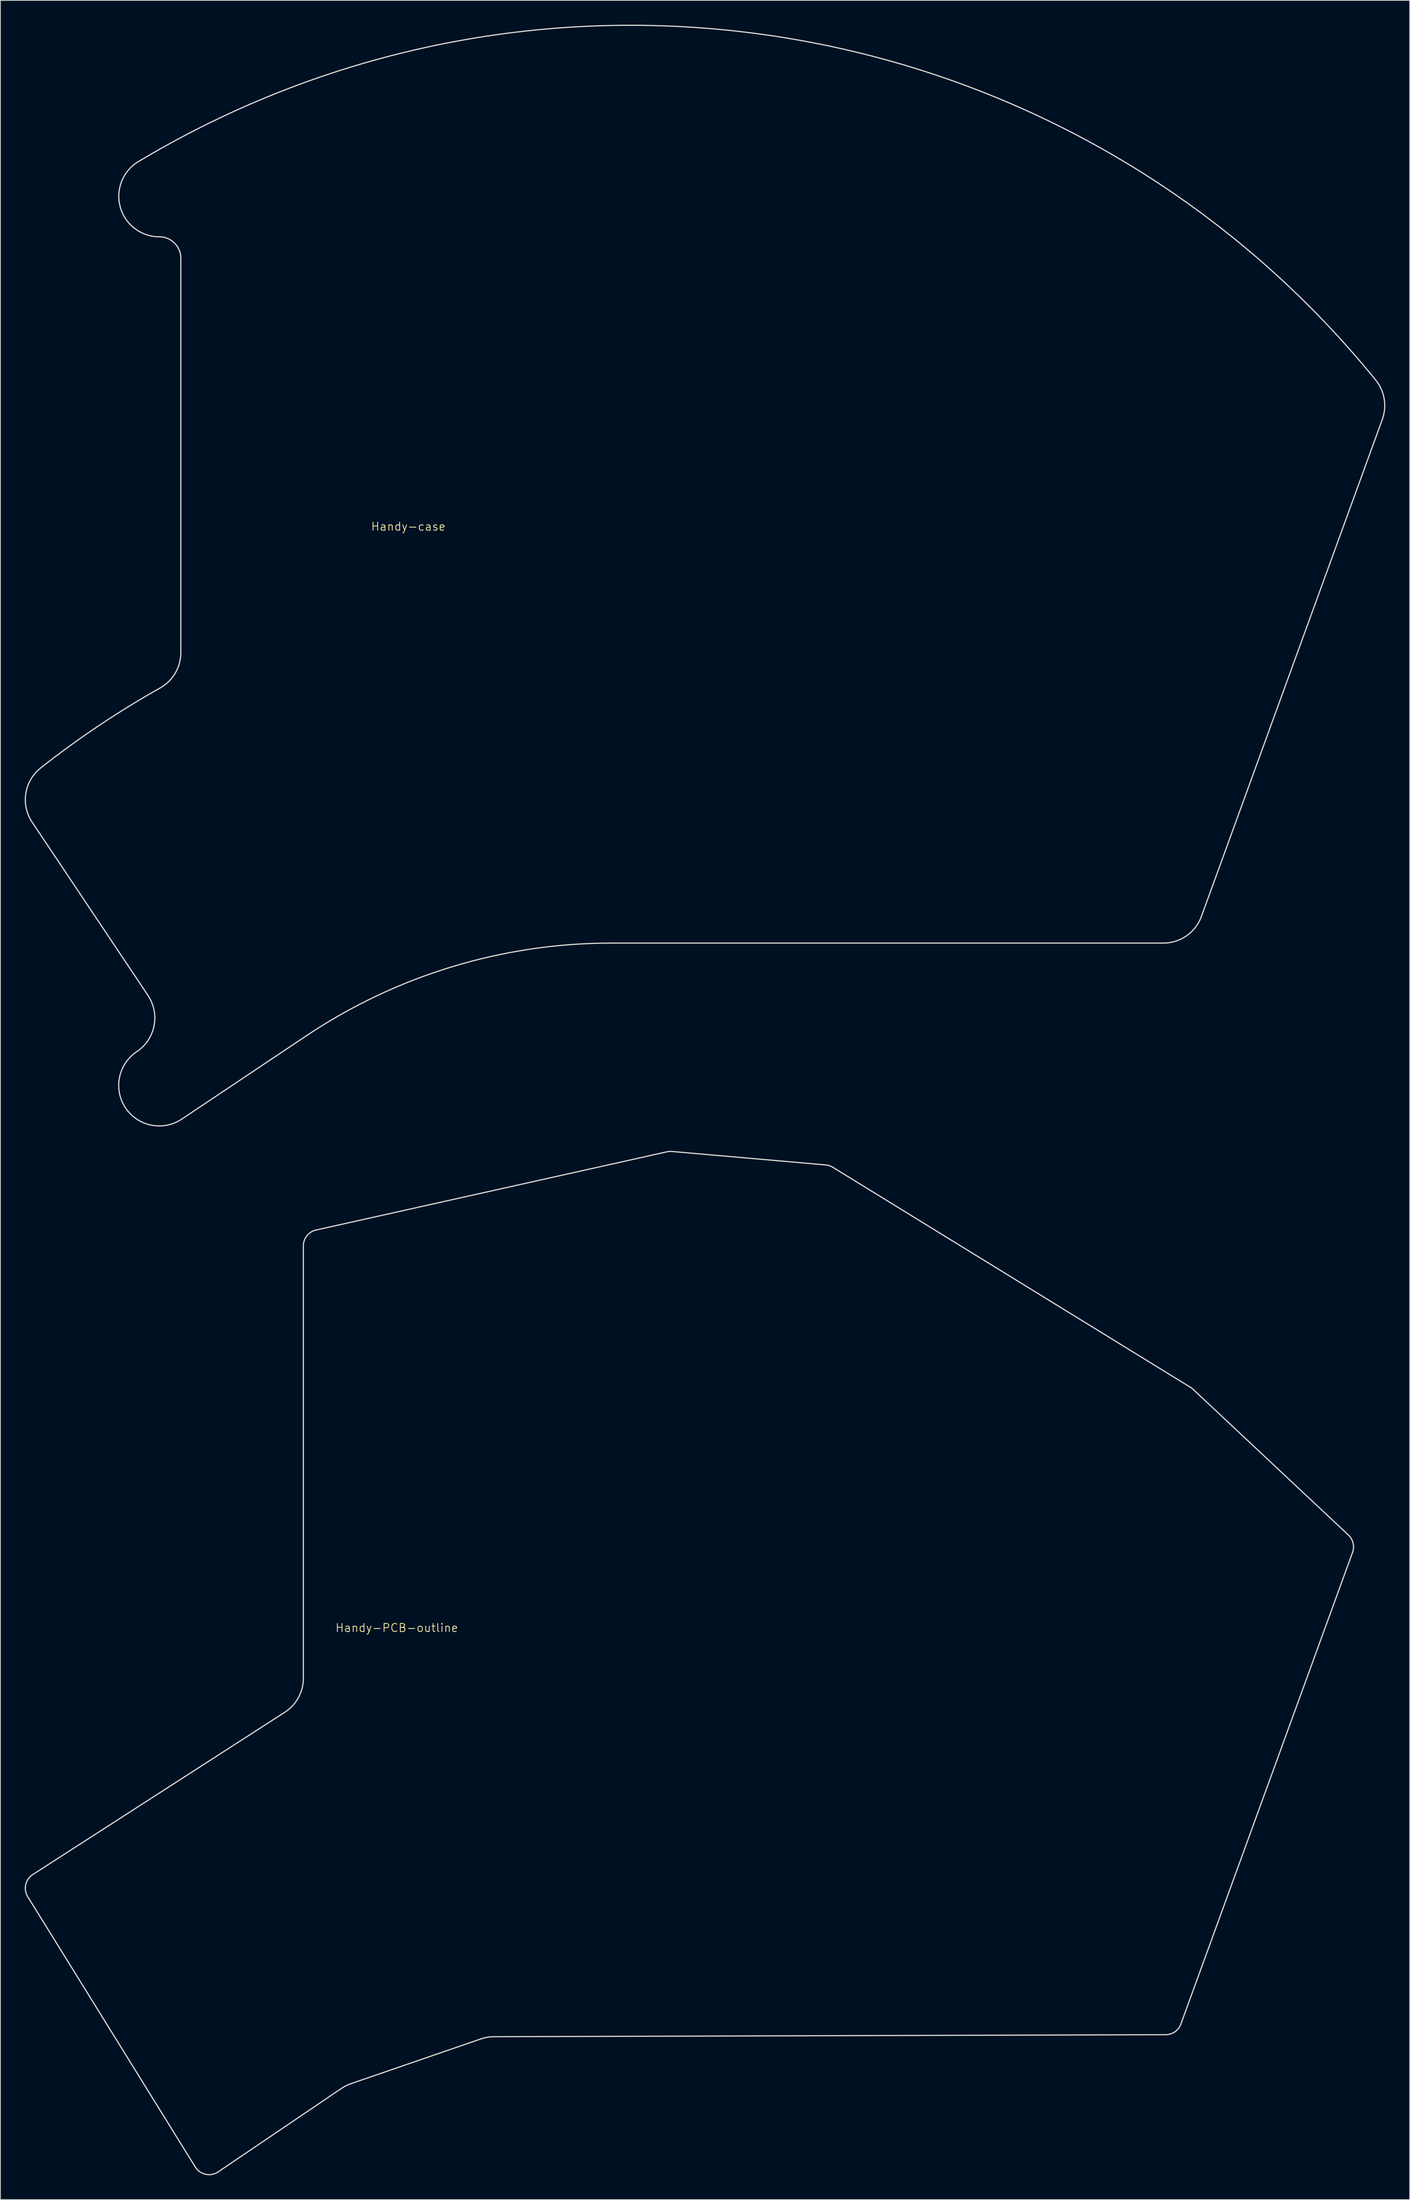
<source format=kicad_pcb>
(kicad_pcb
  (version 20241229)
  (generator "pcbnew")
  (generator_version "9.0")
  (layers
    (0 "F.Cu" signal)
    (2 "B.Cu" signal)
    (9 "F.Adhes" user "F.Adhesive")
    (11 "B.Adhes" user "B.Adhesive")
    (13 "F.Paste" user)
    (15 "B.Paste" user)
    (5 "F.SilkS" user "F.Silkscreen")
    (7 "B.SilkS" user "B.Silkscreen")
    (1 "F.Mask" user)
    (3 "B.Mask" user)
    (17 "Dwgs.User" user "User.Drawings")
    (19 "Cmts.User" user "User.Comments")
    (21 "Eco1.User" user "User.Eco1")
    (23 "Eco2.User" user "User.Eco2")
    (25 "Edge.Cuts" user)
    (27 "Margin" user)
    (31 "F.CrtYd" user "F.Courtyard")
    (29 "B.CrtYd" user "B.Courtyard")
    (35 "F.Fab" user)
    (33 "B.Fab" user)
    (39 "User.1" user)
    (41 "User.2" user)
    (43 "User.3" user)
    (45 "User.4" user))
  (footprint "Handy-case"
    (layer "F.Cu")
    (at 47.32 62.401)
    (property "Reference" "Handy-case" (at 0 -0.5 0) (unlocked yes) (layer "F.SilkS") (effects (font (size 1 1) (thickness 0.1))))
    (attr board_only exclude_from_pos_files exclude_from_bom)
    (fp_line (start -33.492 64.278) (end -33.492 64.278) (stroke (width 0.15) (type solid)) (layer "Edge.Cuts"))
    (fp_line (start -33.031 -45.67) (end -33.035 -45.677) (stroke (width 0.15) (type solid)) (layer "Edge.Cuts"))
    (fp_line (start -32.115 57.342) (end -46.401 35.978) (stroke (width 0.15) (type solid)) (layer "Edge.Cuts"))
    (fp_line (start -30.713 -36.24) (end -30.713 -36.24) (stroke (width 0.15) (type solid)) (layer "Edge.Cuts"))
    (fp_line (start -28.063 15.056) (end -28.063 -33.59) (stroke (width 0.15) (type solid)) (layer "Edge.Cuts"))
    (fp_line (start -12.535 62.293) (end -27.934 72.591) (stroke (width 0.15) (type solid)) (layer "Edge.Cuts"))
    (fp_line (start 93.141 50.885) (end 25.05 50.885) (stroke (width 0.15) (type solid)) (layer "Edge.Cuts"))
    (fp_line (start 120.153 -13.71) (end 97.839 47.595) (stroke (width 0.15) (type solid)) (layer "Edge.Cuts"))
    (fp_arc (start -46.401046 35.978363) (mid -47.183383 32.418622) (end -45.341523 29.273569) (stroke (width 0.15) (type solid)) (layer "Edge.Cuts"))
    (fp_arc (start -45.341523 29.273569) (mid -38.170344 24.056839) (end -30.614253 19.41512) (stroke (width 0.15) (type solid)) (layer "Edge.Cuts"))
    (fp_arc (start -33.034905 -45.67705) (mid 48.19832 -60.497082) (end 119.336687 -18.570922) (stroke (width 0.15) (type solid)) (layer "Edge.Cuts"))
    (fp_arc (start -32.115413 57.342176) (mid -31.367524 61.095218) (end -33.492488 64.277856) (stroke (width 0.15) (type solid)) (layer "Edge.Cuts"))
    (fp_arc (start -30.713187 -36.239884) (mid -35.568644 -40.046347) (end -33.031253 -45.670072) (stroke (width 0.15) (type solid)) (layer "Edge.Cuts"))
    (fp_arc (start -30.713186 -36.239884) (mid -28.839354 -35.463717) (end -28.063186 -33.589884) (stroke (width 0.15) (type solid)) (layer "Edge.Cuts"))
    (fp_arc (start -28.063186 15.055908) (mid -28.747826 17.581313) (end -30.614253 19.41512) (stroke (width 0.15) (type solid)) (layer "Edge.Cuts"))
    (fp_arc (start -27.933884 72.590613) (mid -34.869565 71.213537) (end -33.492489 64.277857) (stroke (width 0.15) (type solid)) (layer "Edge.Cuts"))
    (fp_arc (start -12.534503 62.293298) (mid 5.411109 53.799906) (end 25.05 50.885) (stroke (width 0.15) (type solid)) (layer "Edge.Cuts"))
    (fp_arc (start 97.83945 47.595101) (mid 96.008869 49.98076) (end 93.140987 50.885) (stroke (width 0.15) (type solid)) (layer "Edge.Cuts"))
    (fp_arc (start 119.336687 -18.570922) (mid 120.385261 -16.248067) (end 120.152731 -13.710136) (stroke (width 0.15) (type solid)) (layer "Edge.Cuts")))
  (footprint "Handy-PCB-outline"
    (layer "F.Cu")
    (at 45.9 198.259)
    (property "Reference" "Handy-PCB-outline" (at 0 -0.5 0) (unlocked yes) (layer "F.SilkS") (effects (font (size 1 1) (thickness 0.1))))
    (attr board_only exclude_from_pos_files exclude_from_bom)
    (fp_line (start -44.908 29.932) (end -13.818 9.911) (stroke (width 0.15) (type solid)) (layer "Edge.Cuts"))
    (fp_line (start -24.859 66.008) (end -45.525 32.667) (stroke (width 0.15) (type solid)) (layer "Edge.Cuts"))
    (fp_line (start -11.525 5.707) (end -11.525 -47.625) (stroke (width 0.15) (type solid)) (layer "Edge.Cuts"))
    (fp_line (start -9.96 -49.577) (end 33.327 -59.226) (stroke (width 0.15) (type solid)) (layer "Edge.Cuts"))
    (fp_line (start -6.832 56.315) (end -22.038 66.61) (stroke (width 0.15) (type solid)) (layer "Edge.Cuts"))
    (fp_line (start 10.38 50.205) (end -5.657 55.727) (stroke (width 0.15) (type solid)) (layer "Edge.Cuts"))
    (fp_line (start 33.936 -59.266) (end 52.914 -57.606) (stroke (width 0.15) (type solid)) (layer "Edge.Cuts"))
    (fp_line (start 53.788 -57.317) (end 97.906 -30.173) (stroke (width 0.15) (type solid)) (layer "Edge.Cuts"))
    (fp_line (start 94.853 49.686) (end 11.993 49.933) (stroke (width 0.15) (type solid)) (layer "Edge.Cuts"))
    (fp_line (start 98.226 -29.928) (end 117.391 -11.951) (stroke (width 0.15) (type solid)) (layer "Edge.Cuts"))
    (fp_line (start 117.902 -9.808) (end 96.726 48.37) (stroke (width 0.15) (type solid)) (layer "Edge.Cuts"))
    (fp_arc (start -45.52515 32.66673) (mid -45.776175 31.17289) (end -44.908045 29.931551) (stroke (width 0.15) (type solid)) (layer "Edge.Cuts"))
    (fp_arc (start -22.038204 66.610176) (mid -23.577166 66.909984) (end -24.859452 66.007746) (stroke (width 0.15) (type solid)) (layer "Edge.Cuts"))
    (fp_arc (start -11.525 -47.625) (mid -11.085491 -48.875947) (end -9.960132 -49.577091) (stroke (width 0.15) (type solid)) (layer "Edge.Cuts"))
    (fp_arc (start -11.525 5.706893) (mid -12.135502 8.101118) (end -13.817924 9.91067) (stroke (width 0.15) (type solid)) (layer "Edge.Cuts"))
    (fp_arc (start -6.83235 56.314592) (mid -6.26401 55.982136) (end -5.656913 55.727244) (stroke (width 0.15) (type solid)) (layer "Edge.Cuts"))
    (fp_arc (start 10.38045 50.205137) (mid 11.17572 50.002535) (end 11.993419 49.932752) (stroke (width 0.15) (type solid)) (layer "Edge.Cuts"))
    (fp_arc (start 33.326905 -59.226022) (mid 33.63008 -59.269573) (end 33.936349 -59.26632) (stroke (width 0.15) (type solid)) (layer "Edge.Cuts"))
    (fp_arc (start 52.913858 -57.606003) (mid 53.367573 -57.512451) (end 53.787593 -57.317022) (stroke (width 0.15) (type solid)) (layer "Edge.Cuts"))
    (fp_arc (start 96.726357 48.370346) (mid 95.99656 49.322902) (end 94.85292 49.686297) (stroke (width 0.15) (type solid)) (layer "Edge.Cuts"))
    (fp_arc (start 97.90556 -30.172827) (mid 98.071861 -30.058557) (end 98.225803 -29.928112) (stroke (width 0.15) (type solid)) (layer "Edge.Cuts"))
    (fp_arc (start 117.390582 -11.951107) (mid 117.967717 -10.956447) (end 117.901679 -9.808373) (stroke (width 0.15) (type solid)) (layer "Edge.Cuts")))
  (gr_rect
    (start -3 -3)
    (end 170.849 268.288)
    (stroke (width 0.1) (type default))
    (fill no)
    (layer "Edge.Cuts")))
</source>
